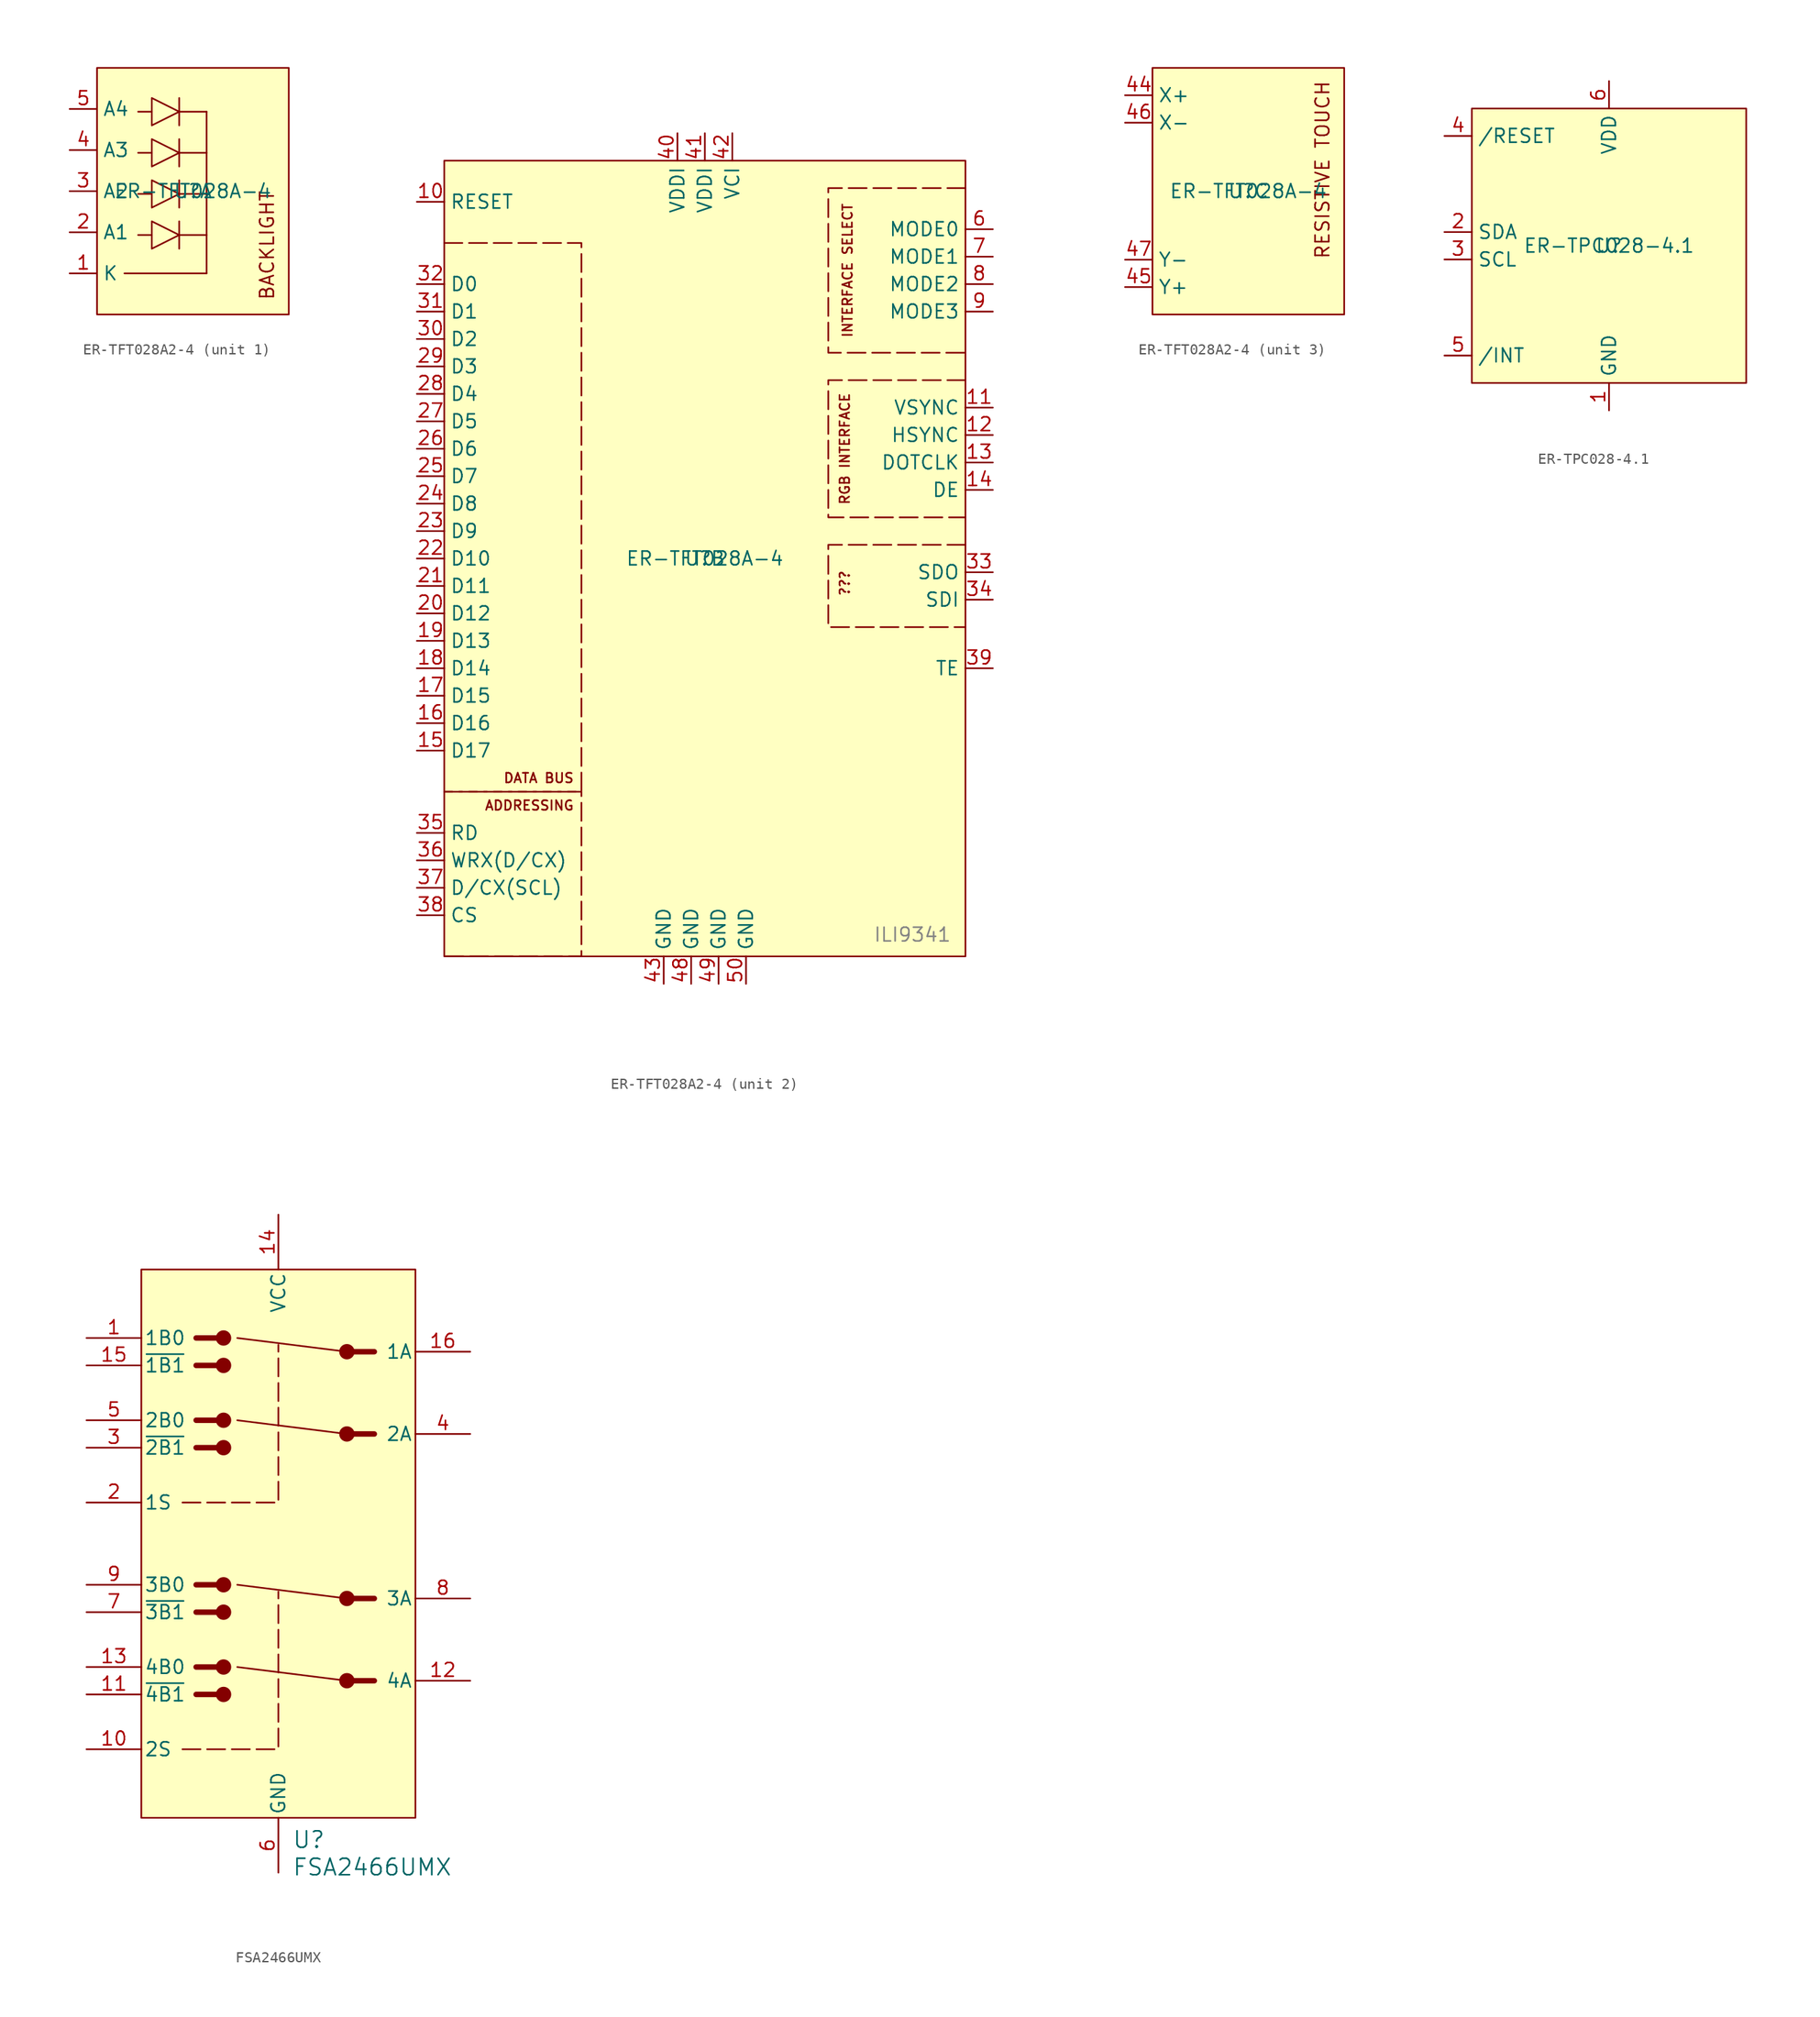
<source format=kicad_sym>
(kicad_symbol_lib
  (version 20241209)
  (generator "kicad_symbol_editor")
  (generator_version "9.0")
  (symbol "ER-TFT028A2-4"
    (property "Reference" "U"
      (at 0 0 0)
      (effects (font (size 1.27 1.27))))
    (property "Value" "ER-TFT028A-4"
      (at 0 0 0)
      (effects (font (size 1.27 1.27))))
    (property "ki_locked" ""
      (at 0 0 0)
      (effects (font (size 1.27 1.27))))
    (symbol "ER-TFT028A2-4_1_1"
      (rectangle (start -8.89 11.43) (end 8.89 -11.43) (stroke (width 0) (type solid)) (fill (type background)))
      (polyline (pts (xy -6.35 -7.62) (xy 1.27 -7.62)) (stroke (width 0) (type default)) (fill (type none)))
      (polyline (pts (xy -5.08 3.556) (xy -3.81 3.556)) (stroke (width 0) (type default)) (fill (type none)))
      (polyline (pts (xy -5.08 -0.254) (xy -3.81 -0.254)) (stroke (width 0) (type default)) (fill (type none)))
      (polyline (pts (xy -5.08 -4.064) (xy -3.81 -4.064)) (stroke (width 0) (type default)) (fill (type none)))
      (polyline (pts (xy -3.81 7.366) (xy -5.08 7.366)) (stroke (width 0) (type default)) (fill (type none)))
      (polyline (pts (xy -3.81 6.096) (xy -3.81 8.636) (xy -1.27 7.366) (xy -3.81 6.096)) (stroke (width 0) (type default)) (fill (type none)))
      (polyline (pts (xy -3.81 2.286) (xy -3.81 4.826) (xy -1.27 3.556) (xy -3.81 2.286)) (stroke (width 0) (type default)) (fill (type none)))
      (polyline (pts (xy -3.81 -1.524) (xy -3.81 1.016) (xy -1.27 -0.254) (xy -3.81 -1.524)) (stroke (width 0) (type default)) (fill (type none)))
      (polyline (pts (xy -3.81 -5.334) (xy -3.81 -2.794) (xy -1.27 -4.064) (xy -3.81 -5.334)) (stroke (width 0) (type default)) (fill (type none)))
      (polyline (pts (xy -1.27 6.096) (xy -1.27 8.636)) (stroke (width 0) (type default)) (fill (type none)))
      (polyline (pts (xy -1.27 2.286) (xy -1.27 4.826)) (stroke (width 0) (type default)) (fill (type none)))
      (polyline (pts (xy -1.27 -1.524) (xy -1.27 1.016)) (stroke (width 0) (type default)) (fill (type none)))
      (polyline (pts (xy -1.27 -5.334) (xy -1.27 -2.794)) (stroke (width 0) (type default)) (fill (type none)))
      (polyline (pts (xy 1.27 7.366) (xy -1.27 7.366)) (stroke (width 0) (type default)) (fill (type none)))
      (polyline (pts (xy 1.27 3.556) (xy -1.27 3.556)) (stroke (width 0) (type default)) (fill (type none)))
      (polyline (pts (xy 1.27 -0.254) (xy -1.27 -0.254)) (stroke (width 0) (type default)) (fill (type none)))
      (polyline (pts (xy 1.27 -4.064) (xy -1.27 -4.064)) (stroke (width 0) (type default)) (fill (type none)))
      (polyline (pts (xy 1.27 -7.62) (xy 1.27 7.366)) (stroke (width 0) (type default)) (fill (type none)))
      (text "BACKLIGHT" (at 7.62 -10.16 900) (effects (font (size 1.27 1.27)) (justify left bottom)))
      (pin input line (at -11.43 7.62 0) (length 2.54) (name "A4" (effects (font (size 1.27 1.27)))) (number "5" (effects (font (size 1.27 1.27)))))
      (pin input line (at -11.43 3.81 0) (length 2.54) (name "A3" (effects (font (size 1.27 1.27)))) (number "4" (effects (font (size 1.27 1.27)))))
      (pin input line (at -11.43 0 0) (length 2.54) (name "A2" (effects (font (size 1.27 1.27)))) (number "3" (effects (font (size 1.27 1.27)))))
      (pin input line (at -11.43 -3.81 0) (length 2.54) (name "A1" (effects (font (size 1.27 1.27)))) (number "2" (effects (font (size 1.27 1.27)))))
      (pin input line (at -11.43 -7.62 0) (length 2.54) (name "K" (effects (font (size 1.27 1.27)))) (number "1" (effects (font (size 1.27 1.27))))))
    (symbol "ER-TFT028A2-4_2_1"
      (rectangle (start -24.13 36.83) (end 24.13 -36.83) (stroke (width 0) (type solid)) (fill (type background)))
      (polyline (pts (xy -24.13 29.21) (xy -11.43 29.21) (xy -11.43 -21.59) (xy -24.13 -21.59)) (stroke (width 0) (type dash)) (fill (type none)))
      (polyline (pts (xy -24.13 -21.59) (xy -11.43 -21.59) (xy -11.43 -36.83) (xy -24.13 -36.83)) (stroke (width 0) (type dash)) (fill (type none)))
      (polyline (pts (xy 24.13 34.29) (xy 11.43 34.29) (xy 11.43 19.05) (xy 24.13 19.05)) (stroke (width 0) (type dash)) (fill (type none)))
      (polyline (pts (xy 24.13 16.51) (xy 11.43 16.51) (xy 11.43 3.81) (xy 24.13 3.81)) (stroke (width 0) (type dash)) (fill (type none)))
      (polyline (pts (xy 24.13 1.27) (xy 11.43 1.27) (xy 11.43 -6.35) (xy 24.13 -6.35)) (stroke (width 0) (type dash)) (fill (type none)))
      (text "DATA BUS" (at -12.065 -20.32 0) (effects (font (size 0.889 0.889)) (justify right)))
      (text "ADDRESSING" (at -12.065 -22.86 0) (effects (font (size 0.889 0.889)) (justify right)))
      (text "RGB INTERFACE" (at 12.954 10.16 900) (effects (font (size 0.889 0.889))))
      (text "???" (at 12.954 -2.286 900) (effects (font (size 0.889 0.889))))
      (text "INTERFACE SELECT" (at 13.208 26.67 900) (effects (font (size 0.889 0.889))))
      (text "ILI9341" (at 22.86 -35.56 0) (effects (font (size 1.27 1.27) (color 132 132 132 1)) (justify right bottom)))
      (pin input line (at -26.67 33.02 0) (length 2.54) (name "RESET" (effects (font (size 1.27 1.27)))) (number "10" (effects (font (size 1.27 1.27)))))
      (pin input line (at -26.67 25.4 0) (length 2.54) (name "D0" (effects (font (size 1.27 1.27)))) (number "32" (effects (font (size 1.27 1.27)))))
      (pin input line (at -26.67 22.86 0) (length 2.54) (name "D1" (effects (font (size 1.27 1.27)))) (number "31" (effects (font (size 1.27 1.27)))))
      (pin input line (at -26.67 20.32 0) (length 2.54) (name "D2" (effects (font (size 1.27 1.27)))) (number "30" (effects (font (size 1.27 1.27)))))
      (pin input line (at -26.67 17.78 0) (length 2.54) (name "D3" (effects (font (size 1.27 1.27)))) (number "29" (effects (font (size 1.27 1.27)))))
      (pin input line (at -26.67 15.24 0) (length 2.54) (name "D4" (effects (font (size 1.27 1.27)))) (number "28" (effects (font (size 1.27 1.27)))))
      (pin input line (at -26.67 12.7 0) (length 2.54) (name "D5" (effects (font (size 1.27 1.27)))) (number "27" (effects (font (size 1.27 1.27)))))
      (pin input line (at -26.67 10.16 0) (length 2.54) (name "D6" (effects (font (size 1.27 1.27)))) (number "26" (effects (font (size 1.27 1.27)))))
      (pin input line (at -26.67 7.62 0) (length 2.54) (name "D7" (effects (font (size 1.27 1.27)))) (number "25" (effects (font (size 1.27 1.27)))))
      (pin input line (at -26.67 5.08 0) (length 2.54) (name "D8" (effects (font (size 1.27 1.27)))) (number "24" (effects (font (size 1.27 1.27)))))
      (pin input line (at -26.67 2.54 0) (length 2.54) (name "D9" (effects (font (size 1.27 1.27)))) (number "23" (effects (font (size 1.27 1.27)))))
      (pin input line (at -26.67 0 0) (length 2.54) (name "D10" (effects (font (size 1.27 1.27)))) (number "22" (effects (font (size 1.27 1.27)))))
      (pin input line (at -26.67 -2.54 0) (length 2.54) (name "D11" (effects (font (size 1.27 1.27)))) (number "21" (effects (font (size 1.27 1.27)))))
      (pin input line (at -26.67 -5.08 0) (length 2.54) (name "D12" (effects (font (size 1.27 1.27)))) (number "20" (effects (font (size 1.27 1.27)))))
      (pin input line (at -26.67 -7.62 0) (length 2.54) (name "D13" (effects (font (size 1.27 1.27)))) (number "19" (effects (font (size 1.27 1.27)))))
      (pin input line (at -26.67 -10.16 0) (length 2.54) (name "D14" (effects (font (size 1.27 1.27)))) (number "18" (effects (font (size 1.27 1.27)))))
      (pin input line (at -26.67 -12.7 0) (length 2.54) (name "D15" (effects (font (size 1.27 1.27)))) (number "17" (effects (font (size 1.27 1.27)))))
      (pin input line (at -26.67 -15.24 0) (length 2.54) (name "D16" (effects (font (size 1.27 1.27)))) (number "16" (effects (font (size 1.27 1.27)))))
      (pin input line (at -26.67 -17.78 0) (length 2.54) (name "D17" (effects (font (size 1.27 1.27)))) (number "15" (effects (font (size 1.27 1.27)))))
      (pin input line (at -26.67 -25.4 0) (length 2.54) (name "RD" (effects (font (size 1.27 1.27)))) (number "35" (effects (font (size 1.27 1.27)))))
      (pin input line (at -26.67 -27.94 0) (length 2.54) (name "WRX(D/CX)" (effects (font (size 1.27 1.27)))) (number "36" (effects (font (size 1.27 1.27)))))
      (pin input line (at -26.67 -30.48 0) (length 2.54) (name "D/CX(SCL)" (effects (font (size 1.27 1.27)))) (number "37" (effects (font (size 1.27 1.27)))))
      (pin input line (at -26.67 -33.02 0) (length 2.54) (name "CS" (effects (font (size 1.27 1.27)))) (number "38" (effects (font (size 1.27 1.27)))))
      (pin input line (at -3.81 -39.37 90) (length 2.54) (name "GND" (effects (font (size 1.27 1.27)))) (number "43" (effects (font (size 1.27 1.27)))))
      (pin input line (at -2.54 39.37 270) (length 2.54) (name "VDDI" (effects (font (size 1.27 1.27)))) (number "40" (effects (font (size 1.27 1.27)))))
      (pin input line (at -1.27 -39.37 90) (length 2.54) (name "GND" (effects (font (size 1.27 1.27)))) (number "48" (effects (font (size 1.27 1.27)))))
      (pin input line (at 0 39.37 270) (length 2.54) (name "VDDI" (effects (font (size 1.27 1.27)))) (number "41" (effects (font (size 1.27 1.27)))))
      (pin input line (at 1.27 -39.37 90) (length 2.54) (name "GND" (effects (font (size 1.27 1.27)))) (number "49" (effects (font (size 1.27 1.27)))))
      (pin input line (at 2.54 39.37 270) (length 2.54) (name "VCI" (effects (font (size 1.27 1.27)))) (number "42" (effects (font (size 1.27 1.27)))))
      (pin input line (at 3.81 -39.37 90) (length 2.54) (name "GND" (effects (font (size 1.27 1.27)))) (number "50" (effects (font (size 1.27 1.27)))))
      (pin input line (at 26.67 30.48 180) (length 2.54) (name "MODE0" (effects (font (size 1.27 1.27)))) (number "6" (effects (font (size 1.27 1.27)))))
      (pin input line (at 26.67 27.94 180) (length 2.54) (name "MODE1" (effects (font (size 1.27 1.27)))) (number "7" (effects (font (size 1.27 1.27)))))
      (pin input line (at 26.67 25.4 180) (length 2.54) (name "MODE2" (effects (font (size 1.27 1.27)))) (number "8" (effects (font (size 1.27 1.27)))))
      (pin input line (at 26.67 22.86 180) (length 2.54) (name "MODE3" (effects (font (size 1.27 1.27)))) (number "9" (effects (font (size 1.27 1.27)))))
      (pin input line (at 26.67 13.97 180) (length 2.54) (name "VSYNC" (effects (font (size 1.27 1.27)))) (number "11" (effects (font (size 1.27 1.27)))))
      (pin input line (at 26.67 11.43 180) (length 2.54) (name "HSYNC" (effects (font (size 1.27 1.27)))) (number "12" (effects (font (size 1.27 1.27)))))
      (pin input line (at 26.67 8.89 180) (length 2.54) (name "DOTCLK" (effects (font (size 1.27 1.27)))) (number "13" (effects (font (size 1.27 1.27)))))
      (pin input line (at 26.67 6.35 180) (length 2.54) (name "DE" (effects (font (size 1.27 1.27)))) (number "14" (effects (font (size 1.27 1.27)))))
      (pin input line (at 26.67 -1.27 180) (length 2.54) (name "SDO" (effects (font (size 1.27 1.27)))) (number "33" (effects (font (size 1.27 1.27)))))
      (pin input line (at 26.67 -3.81 180) (length 2.54) (name "SDI" (effects (font (size 1.27 1.27)))) (number "34" (effects (font (size 1.27 1.27)))))
      (pin input line (at 26.67 -10.16 180) (length 2.54) (name "TE" (effects (font (size 1.27 1.27)))) (number "39" (effects (font (size 1.27 1.27))))))
    (symbol "ER-TFT028A2-4_3_1"
      (rectangle (start -8.89 11.43) (end 8.89 -11.43) (stroke (width 0) (type solid)) (fill (type background)))
      (text "RESISTIVE TOUCH" (at 7.62 -6.35 900) (effects (font (size 1.27 1.27)) (justify left bottom)))
      (pin input line (at -11.43 8.89 0) (length 2.54) (name "X+" (effects (font (size 1.27 1.27)))) (number "44" (effects (font (size 1.27 1.27)))))
      (pin input line (at -11.43 6.35 0) (length 2.54) (name "X-" (effects (font (size 1.27 1.27)))) (number "46" (effects (font (size 1.27 1.27)))))
      (pin input line (at -11.43 -6.35 0) (length 2.54) (name "Y-" (effects (font (size 1.27 1.27)))) (number "47" (effects (font (size 1.27 1.27)))))
      (pin input line (at -11.43 -8.89 0) (length 2.54) (name "Y+" (effects (font (size 1.27 1.27)))) (number "45" (effects (font (size 1.27 1.27)))))))
  (symbol "ER-TPC028-4.1"
    (property "Reference" "U"
      (at 0 0 0)
      (effects (font (size 1.27 1.27))))
    (property "Value" "ER-TPC028-4.1"
      (at 0 0 0)
      (effects (font (size 1.27 1.27))))
    (symbol "ER-TPC028-4.1_1_1"
      (rectangle (start -12.7 12.7) (end 12.7 -12.7) (stroke (width 0) (type solid)) (fill (type background)))
      (pin input line (at -15.24 10.16 0) (length 2.54) (name "/RESET" (effects (font (size 1.27 1.27)))) (number "4" (effects (font (size 1.27 1.27)))))
      (pin input line (at -15.24 1.27 0) (length 2.54) (name "SDA" (effects (font (size 1.27 1.27)))) (number "2" (effects (font (size 1.27 1.27)))))
      (pin input line (at -15.24 -1.27 0) (length 2.54) (name "SCL" (effects (font (size 1.27 1.27)))) (number "3" (effects (font (size 1.27 1.27)))))
      (pin input line (at -15.24 -10.16 0) (length 2.54) (name "/INT" (effects (font (size 1.27 1.27)))) (number "5" (effects (font (size 1.27 1.27)))))
      (pin power_in line (at 0 15.24 270) (length 2.54) (name "VDD" (effects (font (size 1.27 1.27)))) (number "6" (effects (font (size 1.27 1.27)))))
      (pin power_in line (at 0 -15.24 90) (length 2.54) (name "GND" (effects (font (size 1.27 1.27)))) (number "1" (effects (font (size 1.27 1.27)))))))
  (symbol "FSA2466UMX"
    (pin_names
      (offset 0.254))
    (property "Reference" "U"
      (at 1.27 -27.432 0)
      (effects (font (size 1.524 1.524)) (justify left)))
    (property "Value" "FSA2466UMX"
      (at 1.27 -29.972 0)
      (effects (font (size 1.524 1.524)) (justify left)))
    (symbol "FSA2466UMX_1_1"
      (rectangle (start -12.7 25.4) (end 12.7 -25.4) (stroke (width 0) (type solid)) (fill (type background)))
      (polyline (pts (xy -8.89 3.81) (xy 0 3.81) (xy 0 18.415)) (stroke (width 0) (type dash)) (fill (type none)))
      (polyline (pts (xy -8.89 -19.05) (xy 0 -19.05) (xy 0 -4.445)) (stroke (width 0) (type dash)) (fill (type none)))
      (polyline (pts (xy -7.62 19.05) (xy -5.08 19.05)) (stroke (width 0.508) (type solid)) (fill (type none)))
      (polyline (pts (xy -7.62 16.51) (xy -5.08 16.51)) (stroke (width 0.508) (type solid)) (fill (type none)))
      (polyline (pts (xy -7.62 11.43) (xy -5.08 11.43)) (stroke (width 0.508) (type solid)) (fill (type none)))
      (polyline (pts (xy -7.62 8.89) (xy -5.08 8.89)) (stroke (width 0.508) (type solid)) (fill (type none)))
      (polyline (pts (xy -7.62 -3.81) (xy -5.08 -3.81)) (stroke (width 0.508) (type solid)) (fill (type none)))
      (polyline (pts (xy -7.62 -6.35) (xy -5.08 -6.35)) (stroke (width 0.508) (type solid)) (fill (type none)))
      (polyline (pts (xy -7.62 -11.43) (xy -5.08 -11.43)) (stroke (width 0.508) (type solid)) (fill (type none)))
      (polyline (pts (xy -7.62 -13.97) (xy -5.08 -13.97)) (stroke (width 0.508) (type solid)) (fill (type none)))
      (circle (center -5.08 19.05) (radius 0.635) (stroke (width 0) (type solid)) (fill (type outline)))
      (circle (center -5.08 16.51) (radius 0.635) (stroke (width 0) (type solid)) (fill (type outline)))
      (circle (center -5.08 11.43) (radius 0.635) (stroke (width 0) (type solid)) (fill (type outline)))
      (circle (center -5.08 8.89) (radius 0.635) (stroke (width 0) (type solid)) (fill (type outline)))
      (circle (center -5.08 -3.81) (radius 0.635) (stroke (width 0) (type solid)) (fill (type outline)))
      (circle (center -5.08 -6.35) (radius 0.635) (stroke (width 0) (type solid)) (fill (type outline)))
      (circle (center -5.08 -11.43) (radius 0.635) (stroke (width 0) (type solid)) (fill (type outline)))
      (circle (center -5.08 -13.97) (radius 0.635) (stroke (width 0) (type solid)) (fill (type outline)))
      (polyline (pts (xy 6.35 17.78) (xy -3.81 19.05)) (stroke (width 0) (type default)) (fill (type none)))
      (polyline (pts (xy 6.35 17.78) (xy 8.89 17.78)) (stroke (width 0.508) (type solid)) (fill (type none)))
      (circle (center 6.35 17.78) (radius 0.635) (stroke (width 0) (type solid)) (fill (type outline)))
      (polyline (pts (xy 6.35 10.16) (xy -3.81 11.43)) (stroke (width 0) (type default)) (fill (type none)))
      (polyline (pts (xy 6.35 10.16) (xy 8.89 10.16)) (stroke (width 0.508) (type solid)) (fill (type none)))
      (circle (center 6.35 10.16) (radius 0.635) (stroke (width 0) (type solid)) (fill (type outline)))
      (polyline (pts (xy 6.35 -5.08) (xy -3.81 -3.81)) (stroke (width 0) (type default)) (fill (type none)))
      (polyline (pts (xy 6.35 -5.08) (xy 8.89 -5.08)) (stroke (width 0.508) (type solid)) (fill (type none)))
      (circle (center 6.35 -5.08) (radius 0.635) (stroke (width 0) (type solid)) (fill (type outline)))
      (polyline (pts (xy 6.35 -12.7) (xy -3.81 -11.43)) (stroke (width 0) (type default)) (fill (type none)))
      (polyline (pts (xy 6.35 -12.7) (xy 8.89 -12.7)) (stroke (width 0.508) (type solid)) (fill (type none)))
      (circle (center 6.35 -12.7) (radius 0.635) (stroke (width 0) (type solid)) (fill (type outline)))
      (pin bidirectional line (at -17.78 19.05 0) (length 5.08) (name "1B0" (effects (font (size 1.27 1.27)))) (number "1" (effects (font (size 1.27 1.27)))))
      (pin bidirectional line (at -17.78 16.51 0) (length 5.08) (name "~{1B1}" (effects (font (size 1.27 1.27)))) (number "15" (effects (font (size 1.27 1.27)))))
      (pin bidirectional line (at -17.78 11.43 0) (length 5.08) (name "2B0" (effects (font (size 1.27 1.27)))) (number "5" (effects (font (size 1.27 1.27)))))
      (pin bidirectional line (at -17.78 8.89 0) (length 5.08) (name "~{2B1}" (effects (font (size 1.27 1.27)))) (number "3" (effects (font (size 1.27 1.27)))))
      (pin input line (at -17.78 3.81 0) (length 5.08) (name "1S" (effects (font (size 1.27 1.27)))) (number "2" (effects (font (size 1.27 1.27)))))
      (pin bidirectional line (at -17.78 -3.81 0) (length 5.08) (name "3B0" (effects (font (size 1.27 1.27)))) (number "9" (effects (font (size 1.27 1.27)))))
      (pin bidirectional line (at -17.78 -6.35 0) (length 5.08) (name "~{3B1}" (effects (font (size 1.27 1.27)))) (number "7" (effects (font (size 1.27 1.27)))))
      (pin bidirectional line (at -17.78 -11.43 0) (length 5.08) (name "4B0" (effects (font (size 1.27 1.27)))) (number "13" (effects (font (size 1.27 1.27)))))
      (pin bidirectional line (at -17.78 -13.97 0) (length 5.08) (name "~{4B1}" (effects (font (size 1.27 1.27)))) (number "11" (effects (font (size 1.27 1.27)))))
      (pin input line (at -17.78 -19.05 0) (length 5.08) (name "2S" (effects (font (size 1.27 1.27)))) (number "10" (effects (font (size 1.27 1.27)))))
      (pin power_in line (at 0 30.48 270) (length 5.08) (name "VCC" (effects (font (size 1.27 1.27)))) (number "14" (effects (font (size 1.27 1.27)))))
      (pin power_out line (at 0 -30.48 90) (length 5.08) (name "GND" (effects (font (size 1.27 1.27)))) (number "6" (effects (font (size 1.27 1.27)))))
      (pin bidirectional line (at 17.78 17.78 180) (length 5.08) (name "1A" (effects (font (size 1.27 1.27)))) (number "16" (effects (font (size 1.27 1.27)))))
      (pin bidirectional line (at 17.78 10.16 180) (length 5.08) (name "2A" (effects (font (size 1.27 1.27)))) (number "4" (effects (font (size 1.27 1.27)))))
      (pin bidirectional line (at 17.78 -5.08 180) (length 5.08) (name "3A" (effects (font (size 1.27 1.27)))) (number "8" (effects (font (size 1.27 1.27)))))
      (pin bidirectional line (at 17.78 -12.7 180) (length 5.08) (name "4A" (effects (font (size 1.27 1.27)))) (number "12" (effects (font (size 1.27 1.27))))))))
</source>
